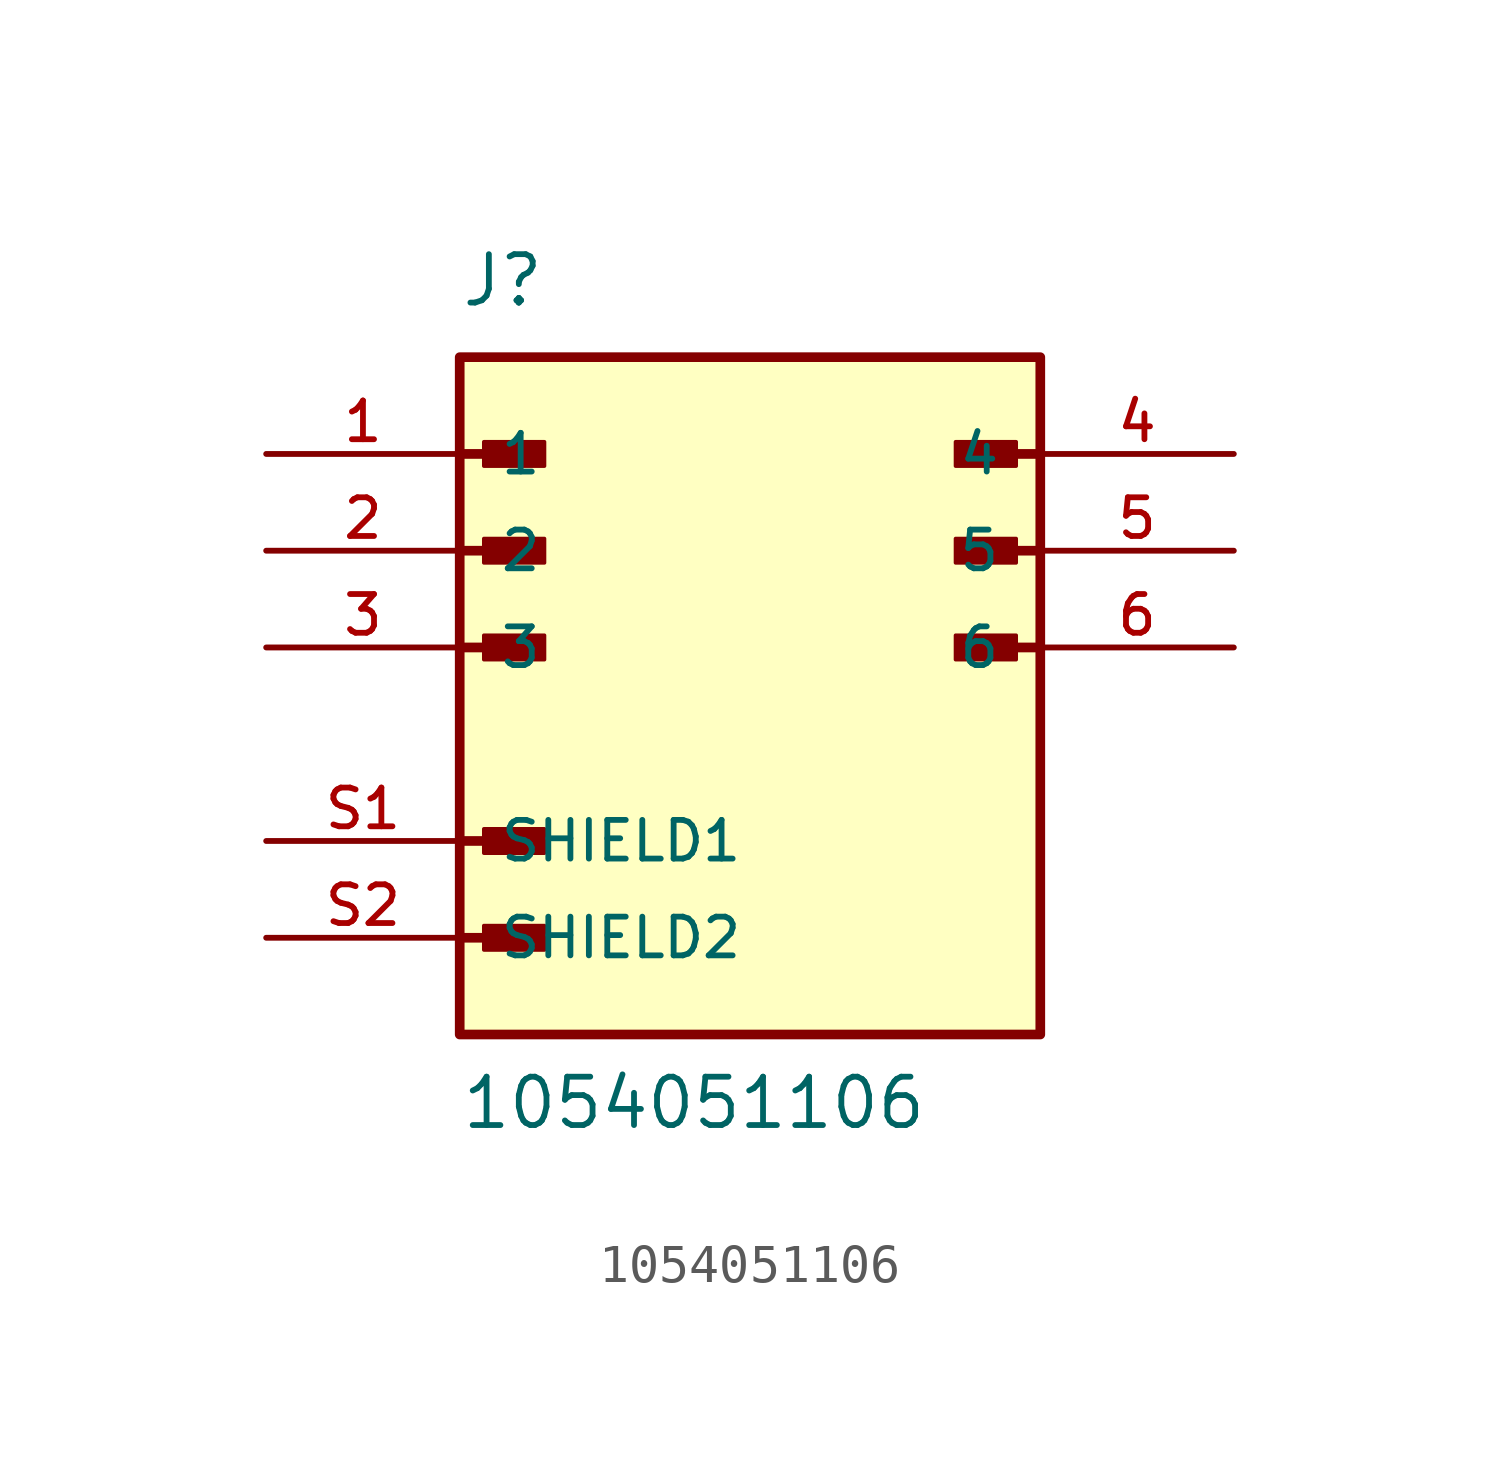
<source format=kicad_sym>
(kicad_symbol_lib
  (version 20211014)
  (generator kicad_symbol_editor)
  (symbol "1054051106"
    (pin_names
      (offset 1.016))
    (property "Reference" "J"
      (at -7.62 8.89 0)
      (effects (font (size 1.27 1.27)) (justify bottom left)))
    (property "Value" "1054051106"
      (at -7.62 -12.7 0)
      (effects (font (size 1.27 1.27)) (justify bottom left)))
    (symbol "1054051106_0_0"
      (rectangle (start -6.985 4.763) (end -5.397 5.397) (stroke (width 0.1)) (fill (type outline)))
      (polyline (pts (xy -7.62 2.54) (xy -5.715 2.54)) (stroke (width 0.254)))
      (rectangle (start -6.985 2.223) (end -5.397 2.857) (stroke (width 0.1)) (fill (type outline)))
      (polyline (pts (xy -7.62 0.0) (xy -5.715 0.0)) (stroke (width 0.254)))
      (rectangle (start -6.985 -0.318) (end -5.397 0.318) (stroke (width 0.1)) (fill (type outline)))
      (polyline (pts (xy -7.62 5.08) (xy -5.715 5.08)) (stroke (width 0.254)))
      (rectangle (start 5.397 4.763) (end 6.985 5.397) (stroke (width 0.1)) (fill (type outline)))
      (polyline (pts (xy 7.62 2.54) (xy 5.715 2.54)) (stroke (width 0.254)))
      (rectangle (start 5.397 2.223) (end 6.985 2.857) (stroke (width 0.1)) (fill (type outline)))
      (polyline (pts (xy 7.62 0.0) (xy 5.715 0.0)) (stroke (width 0.254)))
      (rectangle (start 5.397 -0.318) (end 6.985 0.318) (stroke (width 0.1)) (fill (type outline)))
      (polyline (pts (xy 7.62 5.08) (xy 5.715 5.08)) (stroke (width 0.254)))
      (polyline (pts (xy -7.62 -5.08) (xy -5.715 -5.08)) (stroke (width 0.254)))
      (rectangle (start -6.985 -5.397) (end -5.397 -4.763) (stroke (width 0.1)) (fill (type outline)))
      (polyline (pts (xy -7.62 -7.62) (xy -5.715 -7.62)) (stroke (width 0.254)))
      (rectangle (start -6.985 -7.938) (end -5.397 -7.303) (stroke (width 0.1)) (fill (type outline)))
      (rectangle (start -7.62 -10.16) (end 7.62 7.62) (stroke (width 0.254)) (fill (type background)))
      (pin passive line (at -12.7 5.08 0) (length 5.08) (name "1" (effects (font (size 1.016 1.016)))) (number "1" (effects (font (size 1.016 1.016)))))
      (pin passive line (at -12.7 2.54 0) (length 5.08) (name "2" (effects (font (size 1.016 1.016)))) (number "2" (effects (font (size 1.016 1.016)))))
      (pin passive line (at -12.7 0.0 0) (length 5.08) (name "3" (effects (font (size 1.016 1.016)))) (number "3" (effects (font (size 1.016 1.016)))))
      (pin passive line (at 12.7 5.08 180.0) (length 5.08) (name "4" (effects (font (size 1.016 1.016)))) (number "4" (effects (font (size 1.016 1.016)))))
      (pin passive line (at 12.7 2.54 180.0) (length 5.08) (name "5" (effects (font (size 1.016 1.016)))) (number "5" (effects (font (size 1.016 1.016)))))
      (pin passive line (at 12.7 0.0 180.0) (length 5.08) (name "6" (effects (font (size 1.016 1.016)))) (number "6" (effects (font (size 1.016 1.016)))))
      (pin passive line (at -12.7 -5.08 0) (length 5.08) (name "SHIELD1" (effects (font (size 1.016 1.016)))) (number "S1" (effects (font (size 1.016 1.016)))))
      (pin passive line (at -12.7 -7.62 0) (length 5.08) (name "SHIELD2" (effects (font (size 1.016 1.016)))) (number "S2" (effects (font (size 1.016 1.016))))))))
</source>
